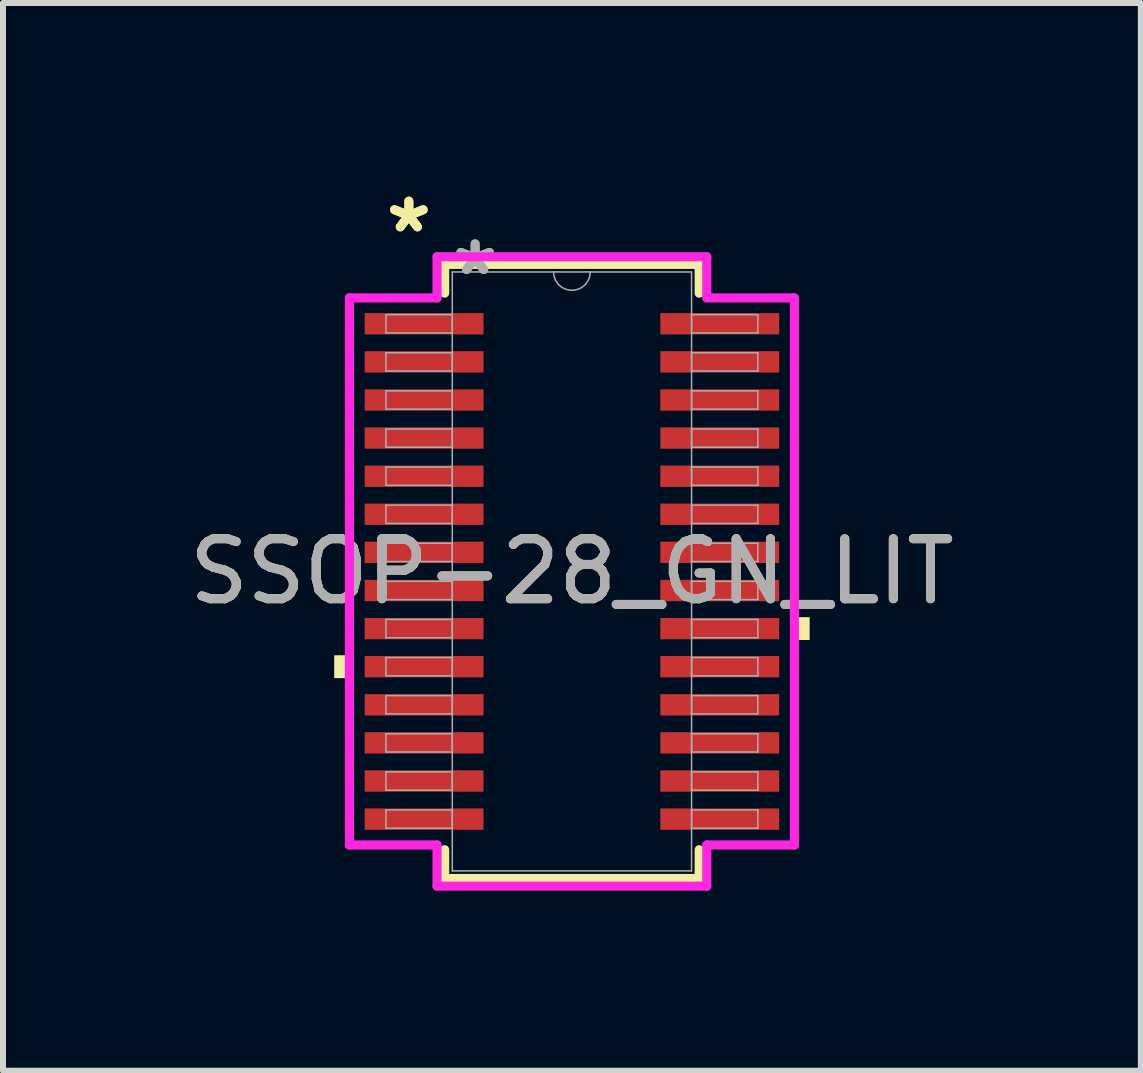
<source format=kicad_pcb>
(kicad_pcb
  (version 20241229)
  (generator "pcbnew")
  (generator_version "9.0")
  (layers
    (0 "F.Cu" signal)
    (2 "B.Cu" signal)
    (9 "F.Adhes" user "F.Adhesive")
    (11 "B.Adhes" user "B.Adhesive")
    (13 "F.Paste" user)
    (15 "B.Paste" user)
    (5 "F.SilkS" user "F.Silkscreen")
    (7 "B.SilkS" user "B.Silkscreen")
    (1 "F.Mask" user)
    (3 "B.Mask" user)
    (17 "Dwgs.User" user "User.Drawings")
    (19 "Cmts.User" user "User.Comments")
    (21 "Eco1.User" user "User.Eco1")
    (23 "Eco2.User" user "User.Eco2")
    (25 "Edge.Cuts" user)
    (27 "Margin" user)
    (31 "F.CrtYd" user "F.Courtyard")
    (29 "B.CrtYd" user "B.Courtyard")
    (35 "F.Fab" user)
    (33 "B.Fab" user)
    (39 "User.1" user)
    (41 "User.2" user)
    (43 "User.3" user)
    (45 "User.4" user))
  (footprint "SSOP-28_GN_LIT"
    (layer "F.Cu")
    (at 6.482 6.474)
    (property "Reference" "SSOP-28_GN_LIT" (at 0 0 0) (unlocked yes) (layer "F.SilkS") (effects (font (size 1 1) (thickness 0.15))))
    (attr smd)
    (fp_line (start -2.121 -5.118) (end -2.121 -4.638) (stroke (width 0.152) (type solid)) (layer "F.SilkS"))
    (fp_line (start -2.121 4.638) (end -2.121 5.118) (stroke (width 0.152) (type solid)) (layer "F.SilkS"))
    (fp_line (start -2.121 5.118) (end 2.121 5.118) (stroke (width 0.152) (type solid)) (layer "F.SilkS"))
    (fp_line (start 2.121 -5.118) (end -2.121 -5.118) (stroke (width 0.152) (type solid)) (layer "F.SilkS"))
    (fp_line (start 2.121 -4.638) (end 2.121 -5.118) (stroke (width 0.152) (type solid)) (layer "F.SilkS"))
    (fp_line (start 2.121 5.118) (end 2.121 4.638) (stroke (width 0.152) (type solid)) (layer "F.SilkS"))
    (fp_poly (pts (xy -3.962 1.397) (xy -3.962 1.778) (xy -3.708 1.778) (xy -3.708 1.397)) (stroke (width 0) (type solid)) (fill yes) (layer "F.SilkS"))
    (fp_poly (pts (xy 3.962 0.762) (xy 3.962 1.143) (xy 3.708 1.143) (xy 3.708 0.762)) (stroke (width 0) (type solid)) (fill yes) (layer "F.SilkS"))
    (fp_line (start -3.708 -4.559) (end -2.248 -4.559) (stroke (width 0.152) (type solid)) (layer "F.CrtYd"))
    (fp_line (start -3.708 4.559) (end -3.708 -4.559) (stroke (width 0.152) (type solid)) (layer "F.CrtYd"))
    (fp_line (start -3.708 4.559) (end -2.248 4.559) (stroke (width 0.152) (type solid)) (layer "F.CrtYd"))
    (fp_line (start -2.248 -5.245) (end 2.248 -5.245) (stroke (width 0.152) (type solid)) (layer "F.CrtYd"))
    (fp_line (start -2.248 -4.559) (end -2.248 -5.245) (stroke (width 0.152) (type solid)) (layer "F.CrtYd"))
    (fp_line (start -2.248 5.245) (end -2.248 4.559) (stroke (width 0.152) (type solid)) (layer "F.CrtYd"))
    (fp_line (start 2.248 -5.245) (end 2.248 -4.559) (stroke (width 0.152) (type solid)) (layer "F.CrtYd"))
    (fp_line (start 2.248 4.559) (end 2.248 5.245) (stroke (width 0.152) (type solid)) (layer "F.CrtYd"))
    (fp_line (start 2.248 5.245) (end -2.248 5.245) (stroke (width 0.152) (type solid)) (layer "F.CrtYd"))
    (fp_line (start 3.708 -4.559) (end 2.248 -4.559) (stroke (width 0.152) (type solid)) (layer "F.CrtYd"))
    (fp_line (start 3.708 -4.559) (end 3.708 4.559) (stroke (width 0.152) (type solid)) (layer "F.CrtYd"))
    (fp_line (start 3.708 4.559) (end 2.248 4.559) (stroke (width 0.152) (type solid)) (layer "F.CrtYd"))
    (fp_line (start -3.099 -4.28) (end -3.099 -3.975) (stroke (width 0.025) (type solid)) (layer "F.Fab"))
    (fp_line (start -3.099 -3.975) (end -1.994 -3.975) (stroke (width 0.025) (type solid)) (layer "F.Fab"))
    (fp_line (start -3.099 -3.645) (end -3.099 -3.34) (stroke (width 0.025) (type solid)) (layer "F.Fab"))
    (fp_line (start -3.099 -3.34) (end -1.994 -3.34) (stroke (width 0.025) (type solid)) (layer "F.Fab"))
    (fp_line (start -3.099 -3.01) (end -3.099 -2.705) (stroke (width 0.025) (type solid)) (layer "F.Fab"))
    (fp_line (start -3.099 -2.705) (end -1.994 -2.705) (stroke (width 0.025) (type solid)) (layer "F.Fab"))
    (fp_line (start -3.099 -2.375) (end -3.099 -2.07) (stroke (width 0.025) (type solid)) (layer "F.Fab"))
    (fp_line (start -3.099 -2.07) (end -1.994 -2.07) (stroke (width 0.025) (type solid)) (layer "F.Fab"))
    (fp_line (start -3.099 -1.74) (end -3.099 -1.435) (stroke (width 0.025) (type solid)) (layer "F.Fab"))
    (fp_line (start -3.099 -1.435) (end -1.994 -1.435) (stroke (width 0.025) (type solid)) (layer "F.Fab"))
    (fp_line (start -3.099 -1.105) (end -3.099 -0.8) (stroke (width 0.025) (type solid)) (layer "F.Fab"))
    (fp_line (start -3.099 -0.8) (end -1.994 -0.8) (stroke (width 0.025) (type solid)) (layer "F.Fab"))
    (fp_line (start -3.099 -0.47) (end -3.099 -0.165) (stroke (width 0.025) (type solid)) (layer "F.Fab"))
    (fp_line (start -3.099 -0.165) (end -1.994 -0.165) (stroke (width 0.025) (type solid)) (layer "F.Fab"))
    (fp_line (start -3.099 0.165) (end -3.099 0.47) (stroke (width 0.025) (type solid)) (layer "F.Fab"))
    (fp_line (start -3.099 0.47) (end -1.994 0.47) (stroke (width 0.025) (type solid)) (layer "F.Fab"))
    (fp_line (start -3.099 0.8) (end -3.099 1.105) (stroke (width 0.025) (type solid)) (layer "F.Fab"))
    (fp_line (start -3.099 1.105) (end -1.994 1.105) (stroke (width 0.025) (type solid)) (layer "F.Fab"))
    (fp_line (start -3.099 1.435) (end -3.099 1.74) (stroke (width 0.025) (type solid)) (layer "F.Fab"))
    (fp_line (start -3.099 1.74) (end -1.994 1.74) (stroke (width 0.025) (type solid)) (layer "F.Fab"))
    (fp_line (start -3.099 2.07) (end -3.099 2.375) (stroke (width 0.025) (type solid)) (layer "F.Fab"))
    (fp_line (start -3.099 2.375) (end -1.994 2.375) (stroke (width 0.025) (type solid)) (layer "F.Fab"))
    (fp_line (start -3.099 2.705) (end -3.099 3.01) (stroke (width 0.025) (type solid)) (layer "F.Fab"))
    (fp_line (start -3.099 3.01) (end -1.994 3.01) (stroke (width 0.025) (type solid)) (layer "F.Fab"))
    (fp_line (start -3.099 3.34) (end -3.099 3.645) (stroke (width 0.025) (type solid)) (layer "F.Fab"))
    (fp_line (start -3.099 3.645) (end -1.994 3.645) (stroke (width 0.025) (type solid)) (layer "F.Fab"))
    (fp_line (start -3.099 3.975) (end -3.099 4.28) (stroke (width 0.025) (type solid)) (layer "F.Fab"))
    (fp_line (start -3.099 4.28) (end -1.994 4.28) (stroke (width 0.025) (type solid)) (layer "F.Fab"))
    (fp_line (start -1.994 -4.991) (end -1.994 4.991) (stroke (width 0.025) (type solid)) (layer "F.Fab"))
    (fp_line (start -1.994 -4.28) (end -3.099 -4.28) (stroke (width 0.025) (type solid)) (layer "F.Fab"))
    (fp_line (start -1.994 -3.975) (end -1.994 -4.28) (stroke (width 0.025) (type solid)) (layer "F.Fab"))
    (fp_line (start -1.994 -3.645) (end -3.099 -3.645) (stroke (width 0.025) (type solid)) (layer "F.Fab"))
    (fp_line (start -1.994 -3.34) (end -1.994 -3.645) (stroke (width 0.025) (type solid)) (layer "F.Fab"))
    (fp_line (start -1.994 -3.01) (end -3.099 -3.01) (stroke (width 0.025) (type solid)) (layer "F.Fab"))
    (fp_line (start -1.994 -2.705) (end -1.994 -3.01) (stroke (width 0.025) (type solid)) (layer "F.Fab"))
    (fp_line (start -1.994 -2.375) (end -3.099 -2.375) (stroke (width 0.025) (type solid)) (layer "F.Fab"))
    (fp_line (start -1.994 -2.07) (end -1.994 -2.375) (stroke (width 0.025) (type solid)) (layer "F.Fab"))
    (fp_line (start -1.994 -1.74) (end -3.099 -1.74) (stroke (width 0.025) (type solid)) (layer "F.Fab"))
    (fp_line (start -1.994 -1.435) (end -1.994 -1.74) (stroke (width 0.025) (type solid)) (layer "F.Fab"))
    (fp_line (start -1.994 -1.105) (end -3.099 -1.105) (stroke (width 0.025) (type solid)) (layer "F.Fab"))
    (fp_line (start -1.994 -0.8) (end -1.994 -1.105) (stroke (width 0.025) (type solid)) (layer "F.Fab"))
    (fp_line (start -1.994 -0.47) (end -3.099 -0.47) (stroke (width 0.025) (type solid)) (layer "F.Fab"))
    (fp_line (start -1.994 -0.165) (end -1.994 -0.47) (stroke (width 0.025) (type solid)) (layer "F.Fab"))
    (fp_line (start -1.994 0.165) (end -3.099 0.165) (stroke (width 0.025) (type solid)) (layer "F.Fab"))
    (fp_line (start -1.994 0.47) (end -1.994 0.165) (stroke (width 0.025) (type solid)) (layer "F.Fab"))
    (fp_line (start -1.994 0.8) (end -3.099 0.8) (stroke (width 0.025) (type solid)) (layer "F.Fab"))
    (fp_line (start -1.994 1.105) (end -1.994 0.8) (stroke (width 0.025) (type solid)) (layer "F.Fab"))
    (fp_line (start -1.994 1.435) (end -3.099 1.435) (stroke (width 0.025) (type solid)) (layer "F.Fab"))
    (fp_line (start -1.994 1.74) (end -1.994 1.435) (stroke (width 0.025) (type solid)) (layer "F.Fab"))
    (fp_line (start -1.994 2.07) (end -3.099 2.07) (stroke (width 0.025) (type solid)) (layer "F.Fab"))
    (fp_line (start -1.994 2.375) (end -1.994 2.07) (stroke (width 0.025) (type solid)) (layer "F.Fab"))
    (fp_line (start -1.994 2.705) (end -3.099 2.705) (stroke (width 0.025) (type solid)) (layer "F.Fab"))
    (fp_line (start -1.994 3.01) (end -1.994 2.705) (stroke (width 0.025) (type solid)) (layer "F.Fab"))
    (fp_line (start -1.994 3.34) (end -3.099 3.34) (stroke (width 0.025) (type solid)) (layer "F.Fab"))
    (fp_line (start -1.994 3.645) (end -1.994 3.34) (stroke (width 0.025) (type solid)) (layer "F.Fab"))
    (fp_line (start -1.994 3.975) (end -3.099 3.975) (stroke (width 0.025) (type solid)) (layer "F.Fab"))
    (fp_line (start -1.994 4.28) (end -1.994 3.975) (stroke (width 0.025) (type solid)) (layer "F.Fab"))
    (fp_line (start -1.994 4.991) (end 1.994 4.991) (stroke (width 0.025) (type solid)) (layer "F.Fab"))
    (fp_line (start 1.994 -4.991) (end -1.994 -4.991) (stroke (width 0.025) (type solid)) (layer "F.Fab"))
    (fp_line (start 1.994 -4.28) (end 1.994 -3.975) (stroke (width 0.025) (type solid)) (layer "F.Fab"))
    (fp_line (start 1.994 -3.975) (end 3.099 -3.975) (stroke (width 0.025) (type solid)) (layer "F.Fab"))
    (fp_line (start 1.994 -3.645) (end 1.994 -3.34) (stroke (width 0.025) (type solid)) (layer "F.Fab"))
    (fp_line (start 1.994 -3.34) (end 3.099 -3.34) (stroke (width 0.025) (type solid)) (layer "F.Fab"))
    (fp_line (start 1.994 -3.01) (end 1.994 -2.705) (stroke (width 0.025) (type solid)) (layer "F.Fab"))
    (fp_line (start 1.994 -2.705) (end 3.099 -2.705) (stroke (width 0.025) (type solid)) (layer "F.Fab"))
    (fp_line (start 1.994 -2.375) (end 1.994 -2.07) (stroke (width 0.025) (type solid)) (layer "F.Fab"))
    (fp_line (start 1.994 -2.07) (end 3.099 -2.07) (stroke (width 0.025) (type solid)) (layer "F.Fab"))
    (fp_line (start 1.994 -1.74) (end 1.994 -1.435) (stroke (width 0.025) (type solid)) (layer "F.Fab"))
    (fp_line (start 1.994 -1.435) (end 3.099 -1.435) (stroke (width 0.025) (type solid)) (layer "F.Fab"))
    (fp_line (start 1.994 -1.105) (end 1.994 -0.8) (stroke (width 0.025) (type solid)) (layer "F.Fab"))
    (fp_line (start 1.994 -0.8) (end 3.099 -0.8) (stroke (width 0.025) (type solid)) (layer "F.Fab"))
    (fp_line (start 1.994 -0.47) (end 1.994 -0.165) (stroke (width 0.025) (type solid)) (layer "F.Fab"))
    (fp_line (start 1.994 -0.165) (end 3.099 -0.165) (stroke (width 0.025) (type solid)) (layer "F.Fab"))
    (fp_line (start 1.994 0.165) (end 1.994 0.47) (stroke (width 0.025) (type solid)) (layer "F.Fab"))
    (fp_line (start 1.994 0.47) (end 3.099 0.47) (stroke (width 0.025) (type solid)) (layer "F.Fab"))
    (fp_line (start 1.994 0.8) (end 1.994 1.105) (stroke (width 0.025) (type solid)) (layer "F.Fab"))
    (fp_line (start 1.994 1.105) (end 3.099 1.105) (stroke (width 0.025) (type solid)) (layer "F.Fab"))
    (fp_line (start 1.994 1.435) (end 1.994 1.74) (stroke (width 0.025) (type solid)) (layer "F.Fab"))
    (fp_line (start 1.994 1.74) (end 3.099 1.74) (stroke (width 0.025) (type solid)) (layer "F.Fab"))
    (fp_line (start 1.994 2.07) (end 1.994 2.375) (stroke (width 0.025) (type solid)) (layer "F.Fab"))
    (fp_line (start 1.994 2.375) (end 3.099 2.375) (stroke (width 0.025) (type solid)) (layer "F.Fab"))
    (fp_line (start 1.994 2.705) (end 1.994 3.01) (stroke (width 0.025) (type solid)) (layer "F.Fab"))
    (fp_line (start 1.994 3.01) (end 3.099 3.01) (stroke (width 0.025) (type solid)) (layer "F.Fab"))
    (fp_line (start 1.994 3.34) (end 1.994 3.645) (stroke (width 0.025) (type solid)) (layer "F.Fab"))
    (fp_line (start 1.994 3.645) (end 3.099 3.645) (stroke (width 0.025) (type solid)) (layer "F.Fab"))
    (fp_line (start 1.994 3.975) (end 1.994 4.28) (stroke (width 0.025) (type solid)) (layer "F.Fab"))
    (fp_line (start 1.994 4.28) (end 3.099 4.28) (stroke (width 0.025) (type solid)) (layer "F.Fab"))
    (fp_line (start 1.994 4.991) (end 1.994 -4.991) (stroke (width 0.025) (type solid)) (layer "F.Fab"))
    (fp_line (start 3.099 -4.28) (end 1.994 -4.28) (stroke (width 0.025) (type solid)) (layer "F.Fab"))
    (fp_line (start 3.099 -3.975) (end 3.099 -4.28) (stroke (width 0.025) (type solid)) (layer "F.Fab"))
    (fp_line (start 3.099 -3.645) (end 1.994 -3.645) (stroke (width 0.025) (type solid)) (layer "F.Fab"))
    (fp_line (start 3.099 -3.34) (end 3.099 -3.645) (stroke (width 0.025) (type solid)) (layer "F.Fab"))
    (fp_line (start 3.099 -3.01) (end 1.994 -3.01) (stroke (width 0.025) (type solid)) (layer "F.Fab"))
    (fp_line (start 3.099 -2.705) (end 3.099 -3.01) (stroke (width 0.025) (type solid)) (layer "F.Fab"))
    (fp_line (start 3.099 -2.375) (end 1.994 -2.375) (stroke (width 0.025) (type solid)) (layer "F.Fab"))
    (fp_line (start 3.099 -2.07) (end 3.099 -2.375) (stroke (width 0.025) (type solid)) (layer "F.Fab"))
    (fp_line (start 3.099 -1.74) (end 1.994 -1.74) (stroke (width 0.025) (type solid)) (layer "F.Fab"))
    (fp_line (start 3.099 -1.435) (end 3.099 -1.74) (stroke (width 0.025) (type solid)) (layer "F.Fab"))
    (fp_line (start 3.099 -1.105) (end 1.994 -1.105) (stroke (width 0.025) (type solid)) (layer "F.Fab"))
    (fp_line (start 3.099 -0.8) (end 3.099 -1.105) (stroke (width 0.025) (type solid)) (layer "F.Fab"))
    (fp_line (start 3.099 -0.47) (end 1.994 -0.47) (stroke (width 0.025) (type solid)) (layer "F.Fab"))
    (fp_line (start 3.099 -0.165) (end 3.099 -0.47) (stroke (width 0.025) (type solid)) (layer "F.Fab"))
    (fp_line (start 3.099 0.165) (end 1.994 0.165) (stroke (width 0.025) (type solid)) (layer "F.Fab"))
    (fp_line (start 3.099 0.47) (end 3.099 0.165) (stroke (width 0.025) (type solid)) (layer "F.Fab"))
    (fp_line (start 3.099 0.8) (end 1.994 0.8) (stroke (width 0.025) (type solid)) (layer "F.Fab"))
    (fp_line (start 3.099 1.105) (end 3.099 0.8) (stroke (width 0.025) (type solid)) (layer "F.Fab"))
    (fp_line (start 3.099 1.435) (end 1.994 1.435) (stroke (width 0.025) (type solid)) (layer "F.Fab"))
    (fp_line (start 3.099 1.74) (end 3.099 1.435) (stroke (width 0.025) (type solid)) (layer "F.Fab"))
    (fp_line (start 3.099 2.07) (end 1.994 2.07) (stroke (width 0.025) (type solid)) (layer "F.Fab"))
    (fp_line (start 3.099 2.375) (end 3.099 2.07) (stroke (width 0.025) (type solid)) (layer "F.Fab"))
    (fp_line (start 3.099 2.705) (end 1.994 2.705) (stroke (width 0.025) (type solid)) (layer "F.Fab"))
    (fp_line (start 3.099 3.01) (end 3.099 2.705) (stroke (width 0.025) (type solid)) (layer "F.Fab"))
    (fp_line (start 3.099 3.34) (end 1.994 3.34) (stroke (width 0.025) (type solid)) (layer "F.Fab"))
    (fp_line (start 3.099 3.645) (end 3.099 3.34) (stroke (width 0.025) (type solid)) (layer "F.Fab"))
    (fp_line (start 3.099 3.975) (end 1.994 3.975) (stroke (width 0.025) (type solid)) (layer "F.Fab"))
    (fp_line (start 3.099 4.28) (end 3.099 3.975) (stroke (width 0.025) (type solid)) (layer "F.Fab"))
    (fp_arc (start 0.3048 -4.9911) (mid 0 -4.6863) (end -0.3048 -4.9911) (stroke (width 0.0254) (type solid)) (layer "F.Fab"))
    (fp_text user "*" (at -2.718 -5.626 0) (unlocked yes) (layer "F.SilkS") (effects (font (size 1 1) (thickness 0.15))))
    (fp_text user "*" (at -2.718 -5.626 0) (layer "F.SilkS") (effects (font (size 1 1) (thickness 0.15))))
    (fp_text user "*" (at -1.613 -4.915 0) (unlocked yes) (layer "F.Fab") (effects (font (size 1 1) (thickness 0.15))))
    (fp_text user "${REFERENCE}" (at 0 0 0) (unlocked yes) (layer "F.Fab") (effects (font (size 1 1) (thickness 0.15))))
    (fp_text user "*" (at -1.613 -4.915 0) (layer "F.Fab") (effects (font (size 1 1) (thickness 0.15))))
    (pad "1" smd rect (at -2.464 -4.128) (size 1.981 0.356) (layers "F.Cu" "F.Mask" "F.Paste"))
    (pad "2" smd rect (at -2.464 -3.493) (size 1.981 0.356) (layers "F.Cu" "F.Mask" "F.Paste"))
    (pad "3" smd rect (at -2.464 -2.857) (size 1.981 0.356) (layers "F.Cu" "F.Mask" "F.Paste"))
    (pad "4" smd rect (at -2.464 -2.223) (size 1.981 0.356) (layers "F.Cu" "F.Mask" "F.Paste"))
    (pad "5" smd rect (at -2.464 -1.587) (size 1.981 0.356) (layers "F.Cu" "F.Mask" "F.Paste"))
    (pad "6" smd rect (at -2.464 -0.953) (size 1.981 0.356) (layers "F.Cu" "F.Mask" "F.Paste"))
    (pad "7" smd rect (at -2.464 -0.318) (size 1.981 0.356) (layers "F.Cu" "F.Mask" "F.Paste"))
    (pad "8" smd rect (at -2.464 0.318) (size 1.981 0.356) (layers "F.Cu" "F.Mask" "F.Paste"))
    (pad "9" smd rect (at -2.464 0.953) (size 1.981 0.356) (layers "F.Cu" "F.Mask" "F.Paste"))
    (pad "10" smd rect (at -2.464 1.587) (size 1.981 0.356) (layers "F.Cu" "F.Mask" "F.Paste"))
    (pad "11" smd rect (at -2.464 2.223) (size 1.981 0.356) (layers "F.Cu" "F.Mask" "F.Paste"))
    (pad "12" smd rect (at -2.464 2.857) (size 1.981 0.356) (layers "F.Cu" "F.Mask" "F.Paste"))
    (pad "13" smd rect (at -2.464 3.493) (size 1.981 0.356) (layers "F.Cu" "F.Mask" "F.Paste"))
    (pad "14" smd rect (at -2.464 4.128) (size 1.981 0.356) (layers "F.Cu" "F.Mask" "F.Paste"))
    (pad "15" smd rect (at 2.464 4.128) (size 1.981 0.356) (layers "F.Cu" "F.Mask" "F.Paste"))
    (pad "16" smd rect (at 2.464 3.493) (size 1.981 0.356) (layers "F.Cu" "F.Mask" "F.Paste"))
    (pad "17" smd rect (at 2.464 2.857) (size 1.981 0.356) (layers "F.Cu" "F.Mask" "F.Paste"))
    (pad "18" smd rect (at 2.464 2.223) (size 1.981 0.356) (layers "F.Cu" "F.Mask" "F.Paste"))
    (pad "19" smd rect (at 2.464 1.587) (size 1.981 0.356) (layers "F.Cu" "F.Mask" "F.Paste"))
    (pad "20" smd rect (at 2.464 0.953) (size 1.981 0.356) (layers "F.Cu" "F.Mask" "F.Paste"))
    (pad "21" smd rect (at 2.464 0.318) (size 1.981 0.356) (layers "F.Cu" "F.Mask" "F.Paste"))
    (pad "22" smd rect (at 2.464 -0.318) (size 1.981 0.356) (layers "F.Cu" "F.Mask" "F.Paste"))
    (pad "23" smd rect (at 2.464 -0.953) (size 1.981 0.356) (layers "F.Cu" "F.Mask" "F.Paste"))
    (pad "24" smd rect (at 2.464 -1.587) (size 1.981 0.356) (layers "F.Cu" "F.Mask" "F.Paste"))
    (pad "25" smd rect (at 2.464 -2.223) (size 1.981 0.356) (layers "F.Cu" "F.Mask" "F.Paste"))
    (pad "26" smd rect (at 2.464 -2.857) (size 1.981 0.356) (layers "F.Cu" "F.Mask" "F.Paste"))
    (pad "27" smd rect (at 2.464 -3.493) (size 1.981 0.356) (layers "F.Cu" "F.Mask" "F.Paste"))
    (pad "28" smd rect (at 2.464 -4.128) (size 1.981 0.356) (layers "F.Cu" "F.Mask" "F.Paste")))
  (gr_rect
    (start -3 -3)
    (end 15.964 14.796)
    (stroke (width 0.1) (type default))
    (fill no)
    (layer "Edge.Cuts")))
</source>
